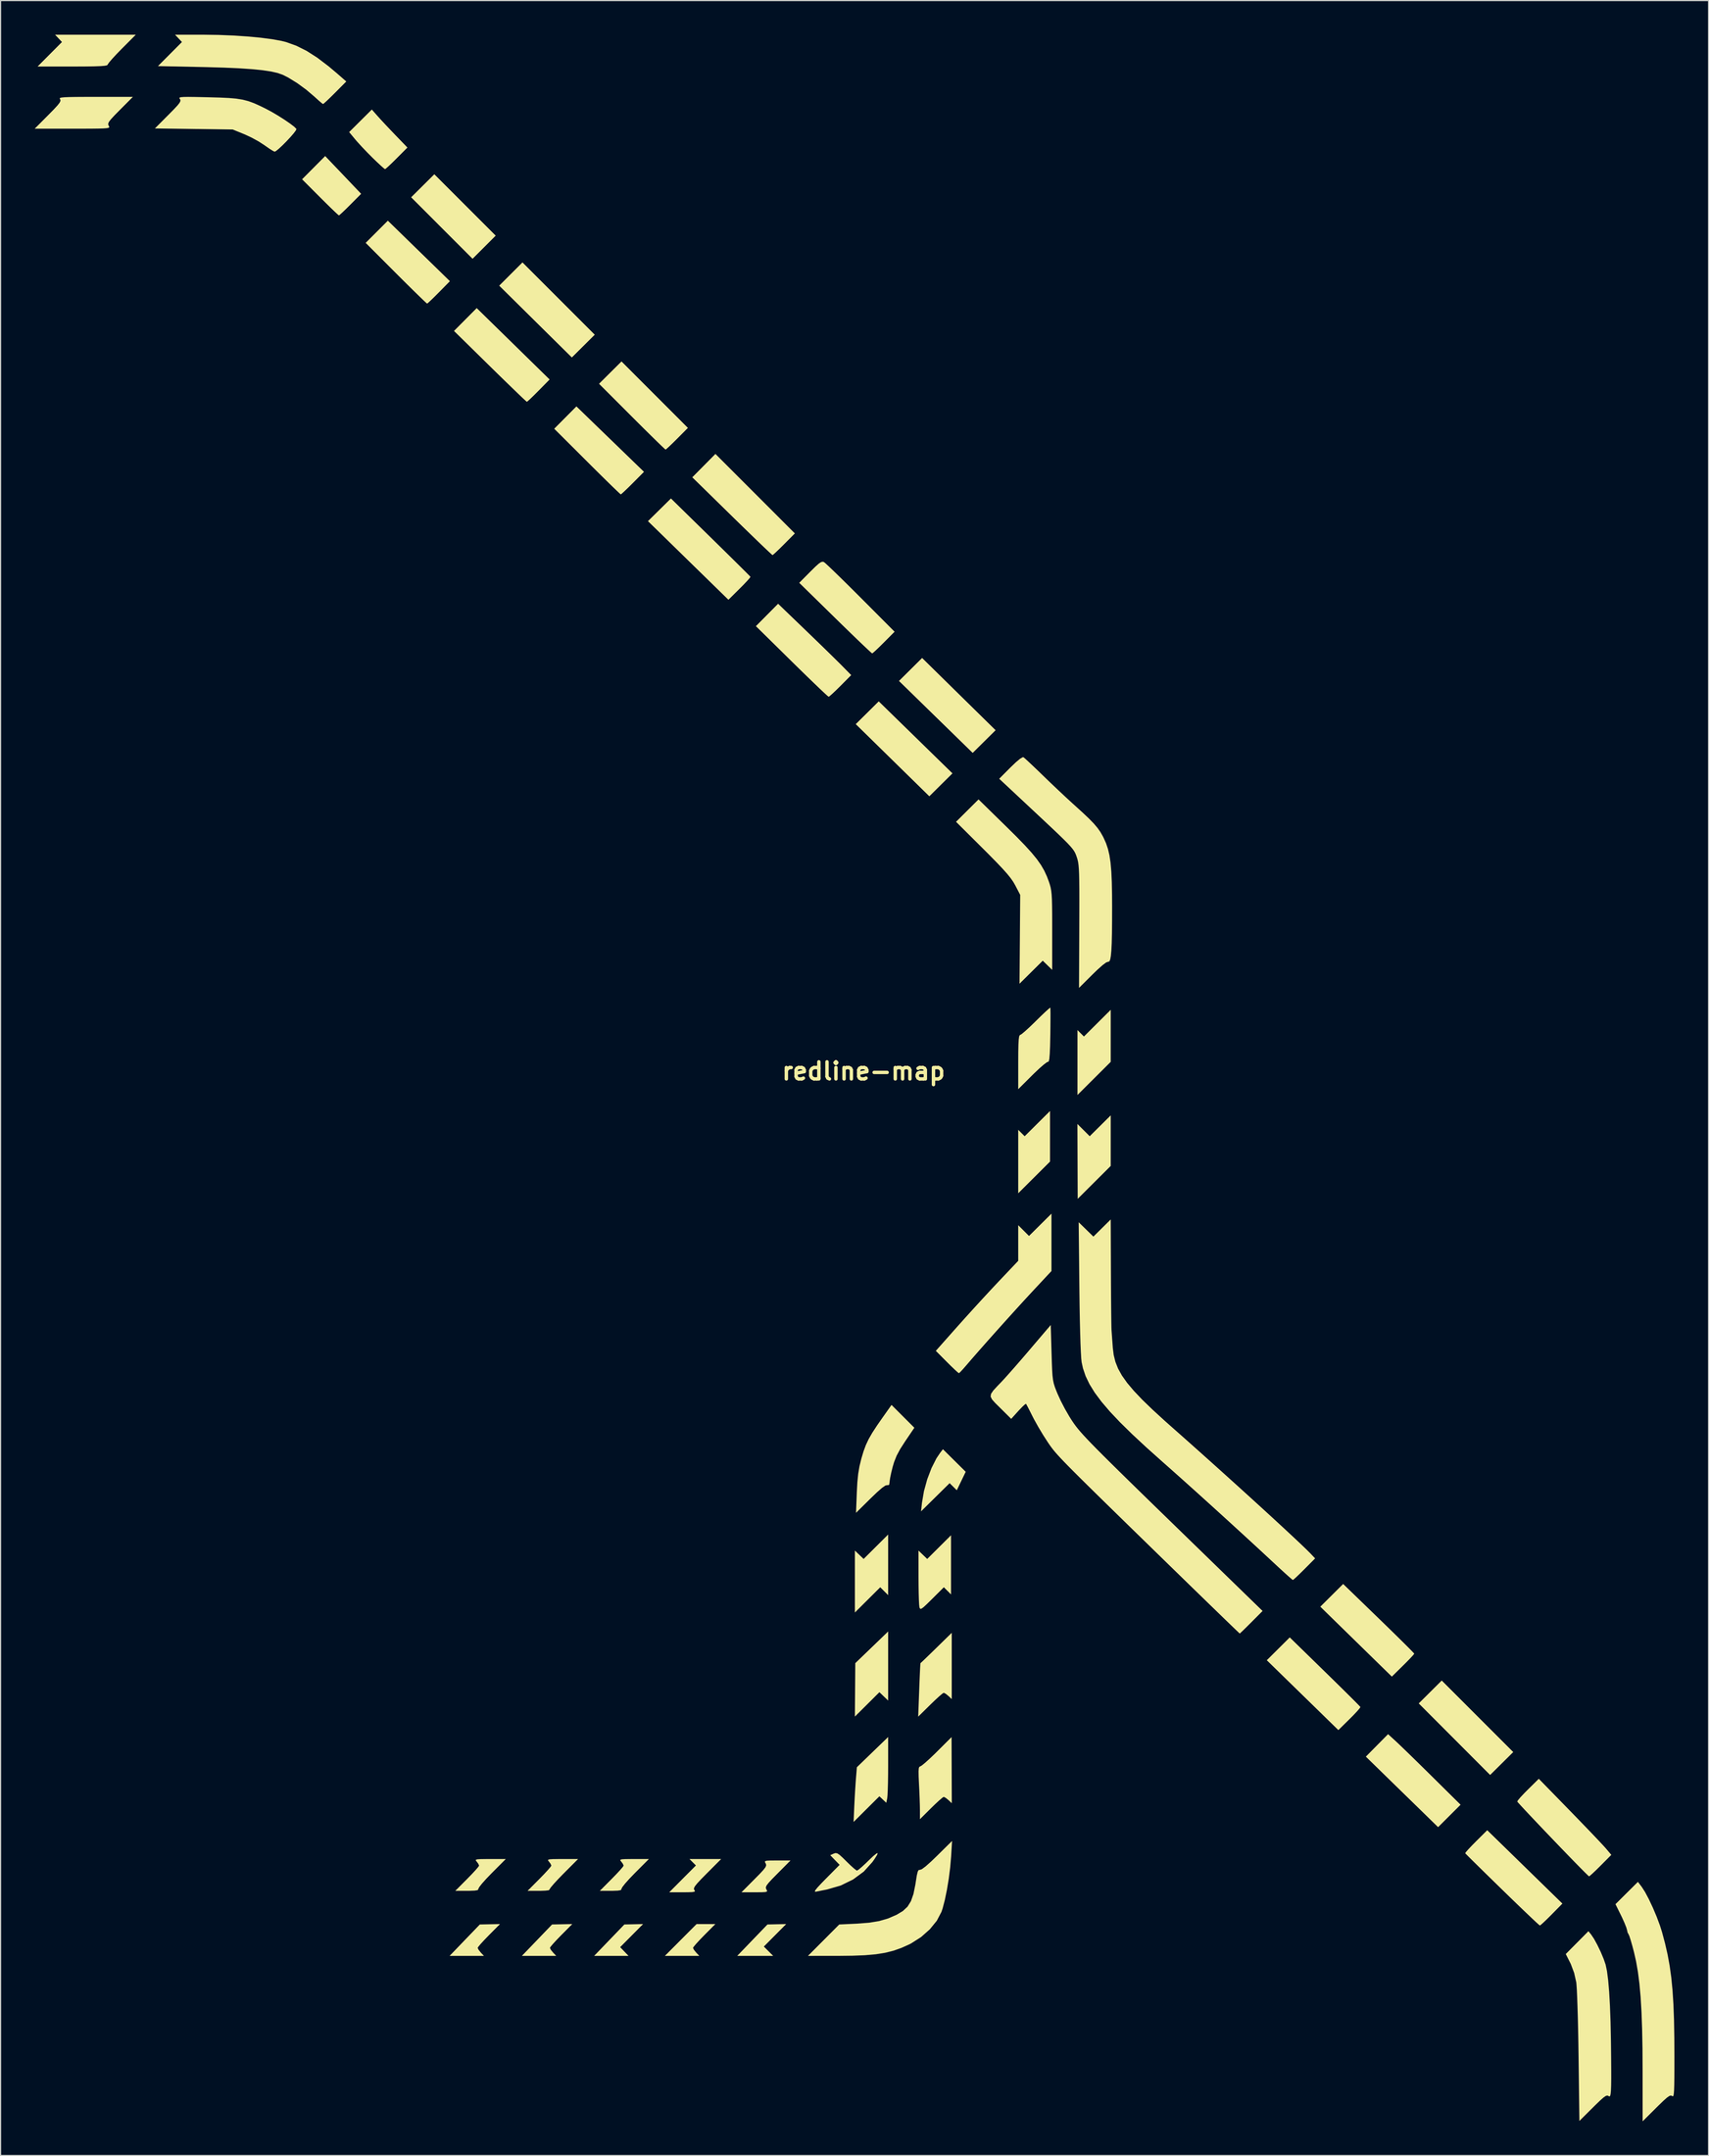
<source format=kicad_pcb>
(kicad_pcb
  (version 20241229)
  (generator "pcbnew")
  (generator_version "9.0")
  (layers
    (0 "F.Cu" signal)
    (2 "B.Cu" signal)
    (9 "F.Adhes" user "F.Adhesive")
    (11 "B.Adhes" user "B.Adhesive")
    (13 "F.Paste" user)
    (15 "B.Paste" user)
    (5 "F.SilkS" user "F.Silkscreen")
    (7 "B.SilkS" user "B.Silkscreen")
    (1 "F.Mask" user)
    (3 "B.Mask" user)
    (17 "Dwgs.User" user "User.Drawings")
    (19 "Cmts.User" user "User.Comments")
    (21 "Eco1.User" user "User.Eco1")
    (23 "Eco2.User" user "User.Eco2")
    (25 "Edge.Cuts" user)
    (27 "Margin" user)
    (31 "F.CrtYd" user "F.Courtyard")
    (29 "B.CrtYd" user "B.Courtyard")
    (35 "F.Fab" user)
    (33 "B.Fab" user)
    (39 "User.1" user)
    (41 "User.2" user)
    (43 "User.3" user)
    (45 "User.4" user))
  (footprint "redline-map"
    (layer "F.Cu")
    (at 72.829 91.059)
    (property "Reference" "redline-map" (at 0 0 0) (layer "F.SilkS") (effects (font (size 1.5 1.5) (thickness 0.3))))
    (attr board_only exclude_from_pos_files exclude_from_bom)
    (fp_poly (pts (xy -35.02 -76.103) (xy -32.323 -73.407) (xy -33.339 -72.39) (xy -34.356 -71.374) (xy -37.054 -74.075) (xy -39.753 -76.776) (xy -38.735 -77.788) (xy -37.716 -78.8)) (stroke (width 0) (type solid)) (fill yes) (layer "F.SilkS"))
    (fp_poly (pts (xy -26.795 -67.879) (xy -23.619 -64.703) (xy -24.626 -63.702) (xy -25.633 -62.702) (xy -28.824 -65.857) (xy -32.015 -69.012) (xy -30.993 -70.034) (xy -29.971 -71.055)) (stroke (width 0) (type solid)) (fill yes) (layer "F.SilkS"))
    (fp_poly (pts (xy 4.572 -29.328) (xy 7.811 -26.165) (xy 6.795 -25.158) (xy 5.779 -24.15) (xy 2.546 -27.32) (xy -0.687 -30.49) (xy 0.323 -31.49) (xy 1.333 -32.491)) (stroke (width 0) (type solid)) (fill yes) (layer "F.SilkS"))
    (fp_poly (pts (xy 8.373 -33.129) (xy 11.602 -29.956) (xy 10.595 -28.958) (xy 9.588 -27.961) (xy 6.35 -31.123) (xy 3.111 -34.284) (xy 4.128 -35.294) (xy 5.144 -36.303)) (stroke (width 0) (type solid)) (fill yes) (layer "F.SilkS"))
    (fp_poly (pts (xy 53.944 56.675) (xy 57.085 59.816) (xy 56.07 60.824) (xy 55.054 61.831) (xy 51.918 58.687) (xy 48.781 55.544) (xy 49.792 54.539) (xy 50.803 53.534)) (stroke (width 0) (type solid)) (fill yes) (layer "F.SilkS"))
    (fp_poly (pts (xy -20.381 75.943) (xy -21.388 76.957) (xy -21.021 77.34) (xy -20.653 77.724) (xy -22.163 77.724) (xy -23.673 77.724) (xy -22.346 76.344) (xy -21.018 74.965) (xy -20.196 74.947) (xy -19.373 74.93)) (stroke (width 0) (type solid)) (fill yes) (layer "F.SilkS"))
    (fp_poly (pts (xy -7.782 75.917) (xy -8.763 76.904) (xy -8.353 77.314) (xy -7.942 77.724) (xy -9.521 77.724) (xy -11.1 77.724) (xy -9.773 76.344) (xy -8.445 74.965) (xy -7.623 74.947) (xy -6.8 74.93)) (stroke (width 0) (type solid)) (fill yes) (layer "F.SilkS"))
    (fp_poly (pts (xy 2.159 52.259) (xy 2.159 55.293) (xy 1.775 54.925) (xy 1.392 54.557) (xy 0.315 55.629) (xy -0.762 56.7) (xy -0.744 54.353) (xy -0.727 52.007) (xy 0.716 50.616) (xy 2.159 49.225)) (stroke (width 0) (type solid)) (fill yes) (layer "F.SilkS"))
    (fp_poly (pts (xy 16.383 5.72) (xy 16.383 7.942) (xy 14.986 9.335) (xy 13.589 10.727) (xy 13.589 7.939) (xy 13.589 5.151) (xy 13.872 5.433) (xy 14.154 5.716) (xy 15.269 4.607) (xy 16.383 3.498)) (stroke (width 0) (type solid)) (fill yes) (layer "F.SilkS"))
    (fp_poly (pts (xy 21.717 -3.107) (xy 21.717 -0.821) (xy 20.256 0.635) (xy 18.796 2.091) (xy 18.796 -0.761) (xy 18.796 -3.612) (xy 19.079 -3.33) (xy 19.362 -3.047) (xy 20.539 -4.22) (xy 21.717 -5.392)) (stroke (width 0) (type solid)) (fill yes) (layer "F.SilkS"))
    (fp_poly (pts (xy 21.717 6.101) (xy 21.717 8.323) (xy 20.267 9.769) (xy 18.816 11.215) (xy 18.803 7.925) (xy 18.79 4.636) (xy 19.33 5.175) (xy 19.871 5.714) (xy 20.794 4.797) (xy 21.717 3.88)) (stroke (width 0) (type solid)) (fill yes) (layer "F.SilkS"))
    (fp_poly (pts (xy 2.159 43.37) (xy 2.159 46.032) (xy 1.812 45.685) (xy 1.466 45.339) (xy 0.352 46.447) (xy -0.762 47.556) (xy -0.762 44.836) (xy -0.762 42.116) (xy -0.378 42.484) (xy 0.005 42.852) (xy 1.082 41.78) (xy 2.159 40.709)) (stroke (width 0) (type solid)) (fill yes) (layer "F.SilkS"))
    (fp_poly (pts (xy 46.761 58.861) (xy 47.032 59.116) (xy 47.452 59.519) (xy 47.989 60.039) (xy 48.611 60.646) (xy 49.285 61.308) (xy 49.946 61.96) (xy 52.457 64.444) (xy 51.47 65.429) (xy 50.483 66.415) (xy 47.307 63.317) (xy 44.133 60.219) (xy 45.11 59.232) (xy 46.087 58.245)) (stroke (width 0) (type solid)) (fill yes) (layer "F.SilkS"))
    (fp_poly (pts (xy -32.928 75.917) (xy -33.325 76.327) (xy -33.645 76.676) (xy -33.851 76.923) (xy -33.909 77.02) (xy -33.83 77.186) (xy -33.638 77.425) (xy -33.633 77.43) (xy -33.357 77.724) (xy -34.865 77.724) (xy -36.373 77.724) (xy -35.046 76.344) (xy -33.718 74.965) (xy -32.832 74.947) (xy -31.946 74.93)) (stroke (width 0) (type solid)) (fill yes) (layer "F.SilkS"))
    (fp_poly (pts (xy -26.578 75.917) (xy -26.975 76.327) (xy -27.295 76.676) (xy -27.501 76.923) (xy -27.559 77.02) (xy -27.48 77.186) (xy -27.288 77.425) (xy -27.283 77.43) (xy -27.007 77.724) (xy -28.515 77.724) (xy -30.023 77.724) (xy -28.696 76.344) (xy -27.369 74.965) (xy -26.482 74.947) (xy -25.596 74.93)) (stroke (width 0) (type solid)) (fill yes) (layer "F.SilkS"))
    (fp_poly (pts (xy -14.005 75.917) (xy -14.402 76.327) (xy -14.722 76.676) (xy -14.928 76.923) (xy -14.986 77.02) (xy -14.907 77.186) (xy -14.715 77.425) (xy -14.71 77.43) (xy -14.434 77.724) (xy -15.946 77.724) (xy -17.458 77.724) (xy -16.066 76.327) (xy -14.673 74.93) (xy -13.848 74.93) (xy -13.023 74.93)) (stroke (width 0) (type solid)) (fill yes) (layer "F.SilkS"))
    (fp_poly (pts (xy 7.974 34.202) (xy 8.974 35.194) (xy 8.583 36.006) (xy 8.191 36.818) (xy 7.877 36.506) (xy 7.562 36.194) (xy 6.306 37.433) (xy 5.05 38.672) (xy 5.133 37.91) (xy 5.307 36.891) (xy 5.595 35.852) (xy 5.97 34.867) (xy 6.405 34.009) (xy 6.729 33.528) (xy 6.974 33.211)) (stroke (width 0) (type solid)) (fill yes) (layer "F.SilkS"))
    (fp_poly (pts (xy -39.074 -72.063) (xy -36.347 -69.406) (xy -37.316 -68.421) (xy -37.714 -68.022) (xy -38.046 -67.701) (xy -38.273 -67.494) (xy -38.352 -67.437) (xy -38.456 -67.523) (xy -38.715 -67.768) (xy -39.108 -68.148) (xy -39.613 -68.642) (xy -40.205 -69.227) (xy -40.863 -69.882) (xy -41.085 -70.104) (xy -43.749 -72.771) (xy -42.775 -73.746) (xy -41.8 -74.721)) (stroke (width 0) (type solid)) (fill yes) (layer "F.SilkS"))
    (fp_poly (pts (xy -30.789 -63.906) (xy -27.586 -60.77) (xy -28.554 -59.785) (xy -28.952 -59.387) (xy -29.283 -59.067) (xy -29.509 -58.863) (xy -29.588 -58.807) (xy -29.691 -58.895) (xy -29.954 -59.14) (xy -30.355 -59.523) (xy -30.874 -60.024) (xy -31.49 -60.622) (xy -32.182 -61.297) (xy -32.821 -61.924) (xy -35.988 -65.034) (xy -34.99 -66.038) (xy -33.992 -67.042)) (stroke (width 0) (type solid)) (fill yes) (layer "F.SilkS"))
    (fp_poly (pts (xy -22.263 -55.531) (xy -19.294 -52.657) (xy -20.28 -51.665) (xy -20.683 -51.265) (xy -21.02 -50.943) (xy -21.25 -50.734) (xy -21.333 -50.674) (xy -21.436 -50.76) (xy -21.696 -51.006) (xy -22.092 -51.388) (xy -22.602 -51.887) (xy -23.204 -52.48) (xy -23.877 -53.147) (xy -24.29 -53.559) (xy -27.181 -56.443) (xy -26.206 -57.424) (xy -25.231 -58.404)) (stroke (width 0) (type solid)) (fill yes) (layer "F.SilkS"))
    (fp_poly (pts (xy -18.352 -59.436) (xy -15.435 -56.517) (xy -16.382 -55.564) (xy -16.777 -55.172) (xy -17.105 -54.859) (xy -17.325 -54.66) (xy -17.397 -54.61) (xy -17.5 -54.697) (xy -17.76 -54.942) (xy -18.156 -55.325) (xy -18.665 -55.824) (xy -19.267 -56.418) (xy -19.938 -57.086) (xy -20.354 -57.501) (xy -23.243 -60.392) (xy -22.256 -61.374) (xy -21.269 -62.355)) (stroke (width 0) (type solid)) (fill yes) (layer "F.SilkS"))
    (fp_poly (pts (xy 40.536 52.758) (xy 41.267 53.473) (xy 41.939 54.133) (xy 42.529 54.716) (xy 43.017 55.201) (xy 43.381 55.568) (xy 43.6 55.794) (xy 43.657 55.86) (xy 43.585 55.979) (xy 43.366 56.234) (xy 43.035 56.586) (xy 42.704 56.919) (xy 41.719 57.889) (xy 38.575 54.819) (xy 35.43 51.75) (xy 36.439 50.747) (xy 37.448 49.744)) (stroke (width 0) (type solid)) (fill yes) (layer "F.SilkS"))
    (fp_poly (pts (xy 45.264 48.075) (xy 45.999 48.789) (xy 46.673 49.447) (xy 47.264 50.029) (xy 47.751 50.513) (xy 48.114 50.879) (xy 48.332 51.107) (xy 48.387 51.174) (xy 48.302 51.289) (xy 48.072 51.541) (xy 47.733 51.89) (xy 47.403 52.22) (xy 46.419 53.19) (xy 43.276 50.118) (xy 40.134 47.045) (xy 41.137 46.048) (xy 42.14 45.051)) (stroke (width 0) (type solid)) (fill yes) (layer "F.SilkS"))
    (fp_poly (pts (xy -13.447 -46.909) (xy -12.671 -46.147) (xy -11.953 -45.441) (xy -11.314 -44.811) (xy -10.774 -44.276) (xy -10.351 -43.856) (xy -10.067 -43.571) (xy -9.941 -43.439) (xy -9.937 -43.434) (xy -10.008 -43.323) (xy -10.227 -43.074) (xy -10.556 -42.727) (xy -10.89 -42.391) (xy -11.874 -41.415) (xy -15.409 -44.869) (xy -18.944 -48.324) (xy -17.934 -49.32) (xy -16.925 -50.316)) (stroke (width 0) (type solid)) (fill yes) (layer "F.SilkS"))
    (fp_poly (pts (xy -9.526 -50.738) (xy -6.037 -47.246) (xy -6.984 -46.293) (xy -7.379 -45.901) (xy -7.707 -45.588) (xy -7.929 -45.389) (xy -8.001 -45.339) (xy -8.104 -45.425) (xy -8.368 -45.67) (xy -8.773 -46.054) (xy -9.299 -46.559) (xy -9.926 -47.165) (xy -10.634 -47.853) (xy -11.403 -48.603) (xy -11.56 -48.757) (xy -15.05 -52.176) (xy -14.033 -53.202) (xy -13.016 -54.229)) (stroke (width 0) (type solid)) (fill yes) (layer "F.SilkS"))
    (fp_poly (pts (xy -46.607 -79.664) (xy -46.188 -79.225) (xy -45.683 -78.696) (xy -45.181 -78.169) (xy -45.026 -78.006) (xy -44.147 -77.081) (xy -45.089 -76.133) (xy -45.483 -75.742) (xy -45.81 -75.43) (xy -46.029 -75.233) (xy -46.1 -75.184) (xy -46.207 -75.27) (xy -46.463 -75.507) (xy -46.838 -75.867) (xy -47.3 -76.322) (xy -47.751 -76.771) (xy -49.335 -78.358) (xy -48.321 -79.378) (xy -47.307 -80.398)) (stroke (width 0) (type solid)) (fill yes) (layer "F.SilkS"))
    (fp_poly (pts (xy -13.772 70.477) (xy -14.274 70.987) (xy -14.614 71.353) (xy -14.816 71.605) (xy -14.902 71.774) (xy -14.896 71.89) (xy -14.865 71.938) (xy -14.813 72.03) (xy -14.868 72.089) (xy -15.069 72.121) (xy -15.457 72.134) (xy -15.889 72.136) (xy -17.076 72.136) (xy -15.904 70.958) (xy -14.731 69.781) (xy -15.014 69.498) (xy -15.296 69.215) (xy -13.905 69.215) (xy -12.514 69.215)) (stroke (width 0) (type solid)) (fill yes) (layer "F.SilkS"))
    (fp_poly (pts (xy -65.185 -89.818) (xy -65.635 -89.356) (xy -66.012 -88.948) (xy -66.283 -88.632) (xy -66.414 -88.446) (xy -66.421 -88.421) (xy -66.481 -88.37) (xy -66.677 -88.33) (xy -67.031 -88.301) (xy -67.566 -88.281) (xy -68.305 -88.269) (xy -69.271 -88.265) (xy -69.498 -88.265) (xy -72.575 -88.265) (xy -71.505 -89.341) (xy -70.434 -90.417) (xy -70.736 -90.738) (xy -71.037 -91.059) (xy -67.493 -91.059) (xy -63.949 -91.059)) (stroke (width 0) (type solid)) (fill yes) (layer "F.SilkS"))
    (fp_poly (pts (xy 2.159 60.982) (xy 2.155 61.779) (xy 2.144 62.513) (xy 2.126 63.137) (xy 2.105 63.603) (xy 2.08 63.865) (xy 2.078 63.871) (xy 1.998 64.274) (xy 1.694 63.989) (xy 1.39 63.703) (xy 0.256 64.831) (xy -0.877 65.96) (xy -0.815 64.571) (xy -0.78 63.862) (xy -0.736 63.114) (xy -0.692 62.444) (xy -0.671 62.166) (xy -0.588 61.151) (xy 0.785 59.823) (xy 2.159 58.496)) (stroke (width 0) (type solid)) (fill yes) (layer "F.SilkS"))
    (fp_poly (pts (xy 7.684 43.37) (xy 7.684 45.968) (xy 7.369 45.653) (xy 7.054 45.339) (xy 6.021 46.366) (xy 5.577 46.803) (xy 5.278 47.08) (xy 5.092 47.218) (xy 4.987 47.238) (xy 4.929 47.161) (xy 4.909 47.097) (xy 4.883 46.878) (xy 4.861 46.451) (xy 4.843 45.864) (xy 4.832 45.163) (xy 4.828 44.458) (xy 4.826 42.116) (xy 5.21 42.484) (xy 5.593 42.852) (xy 6.638 41.812) (xy 7.684 40.772)) (stroke (width 0) (type solid)) (fill yes) (layer "F.SilkS"))
    (fp_poly (pts (xy -42.719 -83.931) (xy -42.43 -83.611) (xy -42.022 -83.172) (xy -41.553 -82.676) (xy -41.156 -82.261) (xy -40.08 -81.147) (xy -41.024 -80.198) (xy -41.419 -79.807) (xy -41.749 -79.494) (xy -41.973 -79.297) (xy -42.047 -79.248) (xy -42.165 -79.332) (xy -42.422 -79.559) (xy -42.779 -79.892) (xy -43.131 -80.232) (xy -43.611 -80.715) (xy -44.086 -81.213) (xy -44.488 -81.654) (xy -44.666 -81.861) (xy -45.199 -82.506) (xy -44.203 -83.496) (xy -43.207 -84.486)) (stroke (width 0) (type solid)) (fill yes) (layer "F.SilkS"))
    (fp_poly (pts (xy -5.12 -38.767) (xy -4.422 -38.094) (xy -3.736 -37.43) (xy -3.1 -36.809) (xy -2.548 -36.268) (xy -2.118 -35.843) (xy -1.908 -35.633) (xy -1.086 -34.798) (xy -2.032 -33.845) (xy -2.429 -33.454) (xy -2.763 -33.14) (xy -2.991 -32.942) (xy -3.069 -32.893) (xy -3.178 -32.979) (xy -3.445 -33.224) (xy -3.851 -33.606) (xy -4.373 -34.107) (xy -4.991 -34.705) (xy -5.683 -35.38) (xy -6.311 -35.996) (xy -9.461 -39.099) (xy -8.485 -40.083) (xy -7.509 -41.066)) (stroke (width 0) (type solid)) (fill yes) (layer "F.SilkS"))
    (fp_poly (pts (xy 7.747 52.253) (xy 7.747 55.162) (xy 7.453 54.886) (xy 7.214 54.693) (xy 7.045 54.61) (xy 7.043 54.61) (xy 6.912 54.694) (xy 6.642 54.924) (xy 6.273 55.263) (xy 5.863 55.658) (xy 4.8 56.706) (xy 4.888 54.356) (xy 4.916 53.615) (xy 4.944 52.971) (xy 4.968 52.461) (xy 4.988 52.127) (xy 5 52.007) (xy 5.094 51.923) (xy 5.338 51.692) (xy 5.698 51.344) (xy 6.144 50.911) (xy 6.386 50.675) (xy 7.747 49.344)) (stroke (width 0) (type solid)) (fill yes) (layer "F.SilkS"))
    (fp_poly (pts (xy -32.689 70.471) (xy -33.157 70.957) (xy -33.526 71.37) (xy -33.768 71.679) (xy -33.857 71.852) (xy -33.854 71.868) (xy -33.9 71.944) (xy -34.16 71.989) (xy -34.653 72.008) (xy -34.819 72.009) (xy -35.872 72.009) (xy -34.827 70.959) (xy -34.416 70.536) (xy -34.081 70.174) (xy -33.858 69.913) (xy -33.782 69.794) (xy -33.859 69.62) (xy -33.992 69.447) (xy -34.072 69.346) (xy -34.066 69.279) (xy -33.937 69.24) (xy -33.647 69.221) (xy -33.16 69.215) (xy -32.82 69.215) (xy -31.437 69.215)) (stroke (width 0) (type solid)) (fill yes) (layer "F.SilkS"))
    (fp_poly (pts (xy -26.391 70.523) (xy -26.845 70.991) (xy -27.218 71.397) (xy -27.481 71.708) (xy -27.603 71.89) (xy -27.606 71.92) (xy -27.679 71.961) (xy -27.953 71.992) (xy -28.374 72.008) (xy -28.519 72.009) (xy -29.522 72.009) (xy -28.477 70.959) (xy -28.066 70.536) (xy -27.731 70.174) (xy -27.508 69.913) (xy -27.432 69.794) (xy -27.509 69.62) (xy -27.642 69.447) (xy -27.722 69.346) (xy -27.716 69.279) (xy -27.587 69.24) (xy -27.297 69.221) (xy -26.81 69.215) (xy -26.47 69.215) (xy -25.087 69.215)) (stroke (width 0) (type solid)) (fill yes) (layer "F.SilkS"))
    (fp_poly (pts (xy -20.116 70.471) (xy -20.584 70.957) (xy -20.953 71.37) (xy -21.195 71.679) (xy -21.284 71.852) (xy -21.281 71.868) (xy -21.326 71.945) (xy -21.589 71.991) (xy -22.086 72.009) (xy -22.183 72.009) (xy -23.172 72.009) (xy -22.127 70.959) (xy -21.716 70.536) (xy -21.381 70.174) (xy -21.158 69.913) (xy -21.082 69.794) (xy -21.159 69.62) (xy -21.292 69.447) (xy -21.373 69.344) (xy -21.366 69.277) (xy -21.233 69.238) (xy -20.937 69.22) (xy -20.438 69.215) (xy -20.183 69.215) (xy -18.864 69.215)) (stroke (width 0) (type solid)) (fill yes) (layer "F.SilkS"))
    (fp_poly (pts (xy 58.102 69.906) (xy 61.404 73.129) (xy 60.455 74.093) (xy 60.059 74.488) (xy 59.728 74.804) (xy 59.502 75.005) (xy 59.425 75.057) (xy 59.319 74.971) (xy 59.052 74.728) (xy 58.646 74.347) (xy 58.121 73.848) (xy 57.5 73.251) (xy 56.802 72.577) (xy 56.12 71.914) (xy 55.372 71.184) (xy 54.684 70.511) (xy 54.077 69.914) (xy 53.57 69.415) (xy 53.185 69.033) (xy 52.942 68.789) (xy 52.863 68.705) (xy 52.934 68.594) (xy 53.152 68.346) (xy 53.482 67.999) (xy 53.816 67.661) (xy 54.8 66.684)) (stroke (width 0) (type solid)) (fill yes) (layer "F.SilkS"))
    (fp_poly (pts (xy -3.478 -44.726) (xy -3.333 -44.606) (xy -3.033 -44.328) (xy -2.599 -43.914) (xy -2.057 -43.387) (xy -1.427 -42.768) (xy -0.733 -42.079) (xy -0.256 -41.602) (xy 2.726 -38.61) (xy 1.779 -37.657) (xy 1.383 -37.265) (xy 1.053 -36.951) (xy 0.829 -36.753) (xy 0.755 -36.703) (xy 0.65 -36.789) (xy 0.384 -37.033) (xy -0.02 -37.414) (xy -0.541 -37.913) (xy -1.159 -38.51) (xy -1.852 -39.183) (xy -2.487 -39.804) (xy -5.652 -42.906) (xy -4.684 -43.882) (xy -4.244 -44.317) (xy -3.938 -44.591) (xy -3.728 -44.73) (xy -3.577 -44.76)) (stroke (width 0) (type solid)) (fill yes) (layer "F.SilkS"))
    (fp_poly (pts (xy 7.742 61.407) (xy 7.752 64.311) (xy 7.456 64.033) (xy 7.216 63.838) (xy 7.046 63.754) (xy 7.043 63.754) (xy 6.911 63.839) (xy 6.643 64.068) (xy 6.28 64.404) (xy 5.94 64.735) (xy 4.953 65.717) (xy 4.953 64.946) (xy 4.946 64.501) (xy 4.926 63.889) (xy 4.898 63.198) (xy 4.87 62.631) (xy 4.839 61.967) (xy 4.832 61.519) (xy 4.85 61.248) (xy 4.898 61.117) (xy 4.963 61.087) (xy 5.112 61.001) (xy 5.401 60.766) (xy 5.793 60.413) (xy 6.253 59.976) (xy 6.435 59.795) (xy 7.732 58.503)) (stroke (width 0) (type solid)) (fill yes) (layer "F.SilkS"))
    (fp_poly (pts (xy -7.557 70.486) (xy -8.028 70.964) (xy -8.34 71.301) (xy -8.518 71.532) (xy -8.587 71.693) (xy -8.572 71.818) (xy -8.538 71.883) (xy -8.476 72.001) (xy -8.497 72.076) (xy -8.642 72.116) (xy -8.954 72.133) (xy -9.472 72.136) (xy -9.553 72.136) (xy -10.726 72.136) (xy -9.588 70.992) (xy -9.117 70.514) (xy -8.805 70.177) (xy -8.627 69.946) (xy -8.558 69.785) (xy -8.573 69.66) (xy -8.607 69.595) (xy -8.669 69.477) (xy -8.648 69.402) (xy -8.503 69.362) (xy -8.191 69.345) (xy -7.673 69.342) (xy -7.592 69.342) (xy -6.419 69.342)) (stroke (width 0) (type solid)) (fill yes) (layer "F.SilkS"))
    (fp_poly (pts (xy 3.46 30.322) (xy 4.463 31.326) (xy 3.65 32.525) (xy 3.214 33.203) (xy 2.906 33.779) (xy 2.684 34.339) (xy 2.562 34.746) (xy 2.432 35.267) (xy 2.335 35.732) (xy 2.288 36.057) (xy 2.286 36.104) (xy 2.249 36.342) (xy 2.118 36.375) (xy 2.084 36.364) (xy 1.919 36.402) (xy 1.625 36.606) (xy 1.192 36.984) (xy 0.61 37.542) (xy -0.662 38.798) (xy -0.594 37.02) (xy -0.546 36.114) (xy -0.472 35.375) (xy -0.361 34.719) (xy -0.2 34.06) (xy -0.194 34.036) (xy -0.005 33.402) (xy 0.198 32.852) (xy 0.445 32.326) (xy 0.766 31.767) (xy 1.191 31.117) (xy 1.641 30.471) (xy 2.457 29.319)) (stroke (width 0) (type solid)) (fill yes) (layer "F.SilkS"))
    (fp_poly (pts (xy -65.342 -84.454) (xy -65.813 -83.976) (xy -66.125 -83.639) (xy -66.303 -83.408) (xy -66.372 -83.247) (xy -66.357 -83.122) (xy -66.323 -83.057) (xy -66.281 -82.981) (xy -66.282 -82.922) (xy -66.352 -82.877) (xy -66.518 -82.846) (xy -66.809 -82.825) (xy -67.25 -82.813) (xy -67.869 -82.806) (xy -68.695 -82.804) (xy -69.497 -82.804) (xy -72.829 -82.804) (xy -71.635 -84.003) (xy -71.149 -84.498) (xy -70.823 -84.851) (xy -70.636 -85.092) (xy -70.563 -85.253) (xy -70.582 -85.366) (xy -70.606 -85.4) (xy -70.636 -85.46) (xy -70.595 -85.507) (xy -70.458 -85.542) (xy -70.198 -85.567) (xy -69.787 -85.583) (xy -69.2 -85.593) (xy -68.41 -85.597) (xy -67.487 -85.598) (xy -64.204 -85.598)) (stroke (width 0) (type solid)) (fill yes) (layer "F.SilkS"))
    (fp_poly (pts (xy 16.51 15.036) (xy 16.51 17.557) (xy 14.827 19.361) (xy 14.16 20.082) (xy 13.396 20.919) (xy 12.574 21.827) (xy 11.733 22.764) (xy 10.912 23.685) (xy 10.151 24.546) (xy 9.487 25.305) (xy 9.004 25.867) (xy 8.714 26.198) (xy 8.49 26.438) (xy 8.379 26.534) (xy 8.379 26.534) (xy 8.268 26.453) (xy 8.019 26.227) (xy 7.67 25.892) (xy 7.331 25.556) (xy 6.35 24.569) (xy 8.206 22.476) (xy 8.901 21.699) (xy 9.684 20.835) (xy 10.49 19.955) (xy 11.252 19.133) (xy 11.825 18.522) (xy 13.589 16.661) (xy 13.589 15.095) (xy 13.589 13.53) (xy 14.063 14.004) (xy 14.537 14.477) (xy 15.523 13.496) (xy 16.51 12.515)) (stroke (width 0) (type solid)) (fill yes) (layer "F.SilkS"))
    (fp_poly (pts (xy 62.056 64.96) (xy 62.759 65.684) (xy 63.426 66.375) (xy 64.03 67.004) (xy 64.544 67.545) (xy 64.941 67.969) (xy 65.196 68.249) (xy 65.241 68.302) (xy 65.702 68.849) (xy 64.763 69.794) (xy 64.369 70.184) (xy 64.04 70.495) (xy 63.819 70.691) (xy 63.747 70.739) (xy 63.644 70.65) (xy 63.387 70.399) (xy 62.995 70.005) (xy 62.489 69.489) (xy 61.89 68.872) (xy 61.217 68.175) (xy 60.569 67.5) (xy 59.848 66.746) (xy 59.185 66.048) (xy 58.599 65.429) (xy 58.111 64.909) (xy 57.741 64.51) (xy 57.509 64.255) (xy 57.435 64.164) (xy 57.507 64.041) (xy 57.725 63.782) (xy 58.056 63.43) (xy 58.367 63.117) (xy 59.331 62.166)) (stroke (width 0) (type solid)) (fill yes) (layer "F.SilkS"))
    (fp_poly (pts (xy 16.42 -5.443) (xy 16.425 -5.09) (xy 16.424 -4.565) (xy 16.419 -3.907) (xy 16.41 -3.157) (xy 16.409 -3.139) (xy 16.389 -2.212) (xy 16.36 -1.53) (xy 16.323 -1.083) (xy 16.275 -0.862) (xy 16.237 -0.837) (xy 16.103 -0.783) (xy 15.829 -0.576) (xy 15.45 -0.246) (xy 15.003 0.176) (xy 14.845 0.331) (xy 13.589 1.583) (xy 13.589 -0.796) (xy 13.593 -1.679) (xy 13.607 -2.332) (xy 13.632 -2.781) (xy 13.67 -3.051) (xy 13.722 -3.166) (xy 13.745 -3.175) (xy 13.888 -3.26) (xy 14.171 -3.495) (xy 14.556 -3.844) (xy 15.007 -4.277) (xy 15.138 -4.407) (xy 15.589 -4.849) (xy 15.971 -5.212) (xy 16.252 -5.466) (xy 16.398 -5.58) (xy 16.411 -5.582)) (stroke (width 0) (type solid)) (fill yes) (layer "F.SilkS"))
    (fp_poly (pts (xy -2.305 68.718) (xy -2.101 68.855) (xy -1.803 69.128) (xy -1.513 69.416) (xy -1.142 69.777) (xy -0.83 70.056) (xy -0.624 70.212) (xy -0.578 70.231) (xy -0.438 70.147) (xy -0.167 69.92) (xy 0.19 69.591) (xy 0.41 69.377) (xy 0.849 68.957) (xy 1.127 68.73) (xy 1.242 68.693) (xy 1.192 68.848) (xy 0.976 69.194) (xy 0.775 69.48) (xy 0.023 70.314) (xy -0.917 71.009) (xy -2.005 71.542) (xy -3.203 71.888) (xy -3.208 71.89) (xy -3.655 71.978) (xy -4.047 72.057) (xy -4.191 72.086) (xy -4.283 72.074) (xy -4.246 71.963) (xy -4.065 71.734) (xy -3.725 71.367) (xy -3.307 70.939) (xy -2.105 69.727) (xy -2.517 69.303) (xy -2.928 68.878) (xy -2.625 68.74) (xy -2.464 68.689)) (stroke (width 0) (type solid)) (fill yes) (layer "F.SilkS"))
    (fp_poly (pts (xy 12.536 -21.495) (xy 13.439 -20.601) (xy 14.173 -19.845) (xy 14.761 -19.198) (xy 15.227 -18.63) (xy 15.592 -18.112) (xy 15.879 -17.615) (xy 16.112 -17.109) (xy 16.28 -16.661) (xy 16.368 -16.395) (xy 16.436 -16.142) (xy 16.487 -15.867) (xy 16.524 -15.534) (xy 16.549 -15.108) (xy 16.563 -14.552) (xy 16.571 -13.831) (xy 16.573 -12.911) (xy 16.573 -12.357) (xy 16.573 -8.902) (xy 16.159 -9.304) (xy 15.744 -9.706) (xy 14.723 -8.695) (xy 13.703 -7.684) (xy 13.733 -11.586) (xy 13.763 -15.489) (xy 13.327 -16.328) (xy 13.151 -16.634) (xy 12.924 -16.96) (xy 12.622 -17.335) (xy 12.222 -17.784) (xy 11.699 -18.335) (xy 11.031 -19.016) (xy 10.508 -19.539) (xy 8.125 -21.91) (xy 9.113 -22.893) (xy 10.102 -23.876)) (stroke (width 0) (type solid)) (fill yes) (layer "F.SilkS"))
    (fp_poly (pts (xy -56.692 -91.041) (xy -55.384 -90.989) (xy -54.133 -90.906) (xy -52.981 -90.798) (xy -51.971 -90.666) (xy -51.146 -90.516) (xy -50.736 -90.413) (xy -49.84 -90.09) (xy -48.943 -89.642) (xy -48.008 -89.045) (xy -46.997 -88.276) (xy -46.253 -87.649) (xy -45.452 -86.951) (xy -46.44 -85.957) (xy -46.844 -85.557) (xy -47.18 -85.235) (xy -47.411 -85.028) (xy -47.495 -84.968) (xy -47.614 -85.051) (xy -47.865 -85.265) (xy -48.197 -85.566) (xy -48.242 -85.608) (xy -48.976 -86.233) (xy -49.776 -86.816) (xy -50.559 -87.298) (xy -51.032 -87.536) (xy -51.476 -87.692) (xy -52.061 -87.826) (xy -52.805 -87.938) (xy -53.726 -88.031) (xy -54.843 -88.107) (xy -56.173 -88.166) (xy -57.734 -88.212) (xy -58.146 -88.221) (xy -61.999 -88.3) (xy -60.946 -89.359) (xy -59.893 -90.417) (xy -60.195 -90.738) (xy -60.496 -91.059) (xy -58.015 -91.059)) (stroke (width 0) (type solid)) (fill yes) (layer "F.SilkS"))
    (fp_poly (pts (xy 7.694 68.993) (xy 7.613 69.944) (xy 7.486 70.943) (xy 7.324 71.922) (xy 7.14 72.816) (xy 6.946 73.557) (xy 6.844 73.858) (xy 6.436 74.636) (xy 5.823 75.389) (xy 5.051 76.071) (xy 4.169 76.633) (xy 4.016 76.711) (xy 3.322 77.023) (xy 2.63 77.268) (xy 1.896 77.452) (xy 1.077 77.582) (xy 0.13 77.666) (xy -0.987 77.71) (xy -2.157 77.722) (xy -4.885 77.724) (xy -3.51 76.345) (xy -2.136 74.966) (xy -0.592 74.893) (xy 0.478 74.811) (xy 1.367 74.666) (xy 2.145 74.441) (xy 2.883 74.122) (xy 2.921 74.103) (xy 3.458 73.779) (xy 3.863 73.399) (xy 4.162 72.918) (xy 4.383 72.288) (xy 4.551 71.463) (xy 4.592 71.199) (xy 4.678 70.659) (xy 4.756 70.333) (xy 4.838 70.182) (xy 4.938 70.168) (xy 4.94 70.169) (xy 5.117 70.11) (xy 5.453 69.861) (xy 5.94 69.428) (xy 6.452 68.935) (xy 7.776 67.627)) (stroke (width 0) (type solid)) (fill yes) (layer "F.SilkS"))
    (fp_poly (pts (xy 63.927 75.846) (xy 64.181 76.224) (xy 64.475 76.761) (xy 64.771 77.376) (xy 65.028 77.989) (xy 65.202 78.494) (xy 65.32 79.055) (xy 65.424 79.855) (xy 65.512 80.877) (xy 65.582 82.108) (xy 65.635 83.531) (xy 65.668 85.131) (xy 65.673 85.471) (xy 65.686 86.702) (xy 65.693 87.702) (xy 65.694 88.491) (xy 65.687 89.094) (xy 65.671 89.53) (xy 65.646 89.824) (xy 65.61 89.996) (xy 65.562 90.069) (xy 65.501 90.065) (xy 65.461 90.037) (xy 65.357 89.991) (xy 65.216 90.029) (xy 65.006 90.174) (xy 64.696 90.45) (xy 64.253 90.879) (xy 64.081 91.05) (xy 62.898 92.227) (xy 62.826 86.595) (xy 62.808 85.385) (xy 62.786 84.221) (xy 62.76 83.137) (xy 62.731 82.162) (xy 62.701 81.328) (xy 62.671 80.666) (xy 62.64 80.209) (xy 62.623 80.046) (xy 62.437 79.222) (xy 62.142 78.438) (xy 62.096 78.345) (xy 61.7 77.561) (xy 62.695 76.559) (xy 63.691 75.556)) (stroke (width 0) (type solid)) (fill yes) (layer "F.SilkS"))
    (fp_poly (pts (xy -58.759 -85.591) (xy -57.965 -85.575) (xy -57.591 -85.566) (xy -56.573 -85.538) (xy -55.761 -85.5) (xy -55.103 -85.441) (xy -54.551 -85.352) (xy -54.055 -85.223) (xy -53.566 -85.045) (xy -53.034 -84.806) (xy -52.515 -84.551) (xy -51.992 -84.27) (xy -51.431 -83.939) (xy -50.884 -83.591) (xy -50.402 -83.261) (xy -50.037 -82.983) (xy -49.84 -82.79) (xy -49.833 -82.781) (xy -49.885 -82.647) (xy -50.08 -82.388) (xy -50.373 -82.05) (xy -50.721 -81.679) (xy -51.078 -81.321) (xy -51.4 -81.023) (xy -51.643 -80.83) (xy -51.749 -80.783) (xy -51.909 -80.858) (xy -52.21 -81.048) (xy -52.591 -81.314) (xy -52.642 -81.351) (xy -53.148 -81.679) (xy -53.768 -82.019) (xy -54.374 -82.302) (xy -54.419 -82.321) (xy -55.435 -82.733) (xy -58.851 -82.779) (xy -62.267 -82.826) (xy -61.084 -84.014) (xy -60.603 -84.503) (xy -60.281 -84.848) (xy -60.096 -85.084) (xy -60.023 -85.243) (xy -60.038 -85.357) (xy -60.077 -85.415) (xy -60.121 -85.485) (xy -60.098 -85.537) (xy -59.98 -85.572) (xy -59.737 -85.591) (xy -59.34 -85.597)) (stroke (width 0) (type solid)) (fill yes) (layer "F.SilkS"))
    (fp_poly (pts (xy 68.37 71.655) (xy 68.664 72.11) (xy 69.001 72.744) (xy 69.352 73.49) (xy 69.687 74.283) (xy 69.976 75.058) (xy 70.157 75.629) (xy 70.424 76.626) (xy 70.647 77.601) (xy 70.828 78.588) (xy 70.972 79.623) (xy 71.081 80.739) (xy 71.16 81.972) (xy 71.212 83.358) (xy 71.239 84.93) (xy 71.247 86.558) (xy 71.246 87.617) (xy 71.242 88.448) (xy 71.233 89.075) (xy 71.218 89.525) (xy 71.196 89.822) (xy 71.165 89.992) (xy 71.123 90.06) (xy 71.07 90.052) (xy 71.049 90.037) (xy 70.946 89.991) (xy 70.805 90.029) (xy 70.596 90.174) (xy 70.287 90.448) (xy 69.845 90.875) (xy 69.652 91.066) (xy 68.453 92.26) (xy 68.451 87.818) (xy 68.441 85.879) (xy 68.409 84.17) (xy 68.355 82.665) (xy 68.277 81.34) (xy 68.172 80.171) (xy 68.04 79.134) (xy 67.878 78.204) (xy 67.7 77.416) (xy 67.545 76.829) (xy 67.403 76.335) (xy 67.29 75.985) (xy 67.22 75.83) (xy 67.218 75.828) (xy 67.127 75.656) (xy 67.09 75.472) (xy 67.021 75.233) (xy 66.865 74.839) (xy 66.65 74.362) (xy 66.564 74.185) (xy 66.068 73.181) (xy 67.054 72.201) (xy 68.04 71.222)) (stroke (width 0) (type solid)) (fill yes) (layer "F.SilkS"))
    (fp_poly (pts (xy 14.046 -27.584) (xy 14.186 -27.47) (xy 14.473 -27.208) (xy 14.875 -26.83) (xy 15.359 -26.368) (xy 15.77 -25.969) (xy 16.404 -25.358) (xy 17.089 -24.707) (xy 17.757 -24.081) (xy 18.34 -23.545) (xy 18.538 -23.366) (xy 19.258 -22.713) (xy 19.814 -22.186) (xy 20.237 -21.75) (xy 20.558 -21.37) (xy 20.811 -21.011) (xy 21.024 -20.636) (xy 21.093 -20.5) (xy 21.304 -20.029) (xy 21.472 -19.531) (xy 21.603 -18.973) (xy 21.701 -18.32) (xy 21.769 -17.54) (xy 21.812 -16.598) (xy 21.834 -15.461) (xy 21.839 -14.478) (xy 21.836 -13.167) (xy 21.825 -12.092) (xy 21.804 -11.236) (xy 21.771 -10.58) (xy 21.726 -10.108) (xy 21.668 -9.802) (xy 21.594 -9.643) (xy 21.504 -9.615) (xy 21.498 -9.617) (xy 21.323 -9.558) (xy 20.999 -9.317) (xy 20.537 -8.905) (xy 20.122 -8.502) (xy 18.931 -7.316) (xy 18.954 -12.707) (xy 18.958 -14.033) (xy 18.96 -15.132) (xy 18.958 -16.027) (xy 18.95 -16.744) (xy 18.937 -17.31) (xy 18.918 -17.748) (xy 18.891 -18.086) (xy 18.855 -18.347) (xy 18.81 -18.558) (xy 18.755 -18.745) (xy 18.744 -18.777) (xy 18.676 -18.973) (xy 18.603 -19.15) (xy 18.507 -19.326) (xy 18.372 -19.52) (xy 18.177 -19.753) (xy 17.907 -20.043) (xy 17.542 -20.408) (xy 17.066 -20.869) (xy 16.459 -21.444) (xy 15.704 -22.153) (xy 14.783 -23.014) (xy 14.69 -23.101) (xy 11.918 -25.692) (xy 12.903 -26.683) (xy 13.384 -27.144) (xy 13.752 -27.45) (xy 13.986 -27.585)) (stroke (width 0) (type solid)) (fill yes) (layer "F.SilkS"))
    (fp_poly (pts (xy 21.735 17.657) (xy 21.74 18.736) (xy 21.746 19.751) (xy 21.754 20.669) (xy 21.762 21.459) (xy 21.77 22.088) (xy 21.778 22.525) (xy 21.786 22.733) (xy 21.81 23.066) (xy 21.846 23.561) (xy 21.888 24.128) (xy 21.9 24.304) (xy 21.978 24.933) (xy 22.128 25.535) (xy 22.364 26.131) (xy 22.703 26.74) (xy 23.161 27.385) (xy 23.752 28.086) (xy 24.492 28.864) (xy 25.397 29.739) (xy 26.482 30.732) (xy 27.177 31.349) (xy 28.275 32.32) (xy 29.415 33.335) (xy 30.577 34.375) (xy 31.744 35.424) (xy 32.895 36.463) (xy 34.011 37.476) (xy 35.074 38.445) (xy 36.065 39.353) (xy 36.963 40.182) (xy 37.752 40.916) (xy 38.41 41.535) (xy 38.92 42.024) (xy 39.262 42.365) (xy 39.301 42.406) (xy 39.676 42.804) (xy 38.733 43.754) (xy 38.339 44.144) (xy 38.012 44.457) (xy 37.793 44.653) (xy 37.722 44.702) (xy 37.612 44.619) (xy 37.348 44.39) (xy 36.961 44.042) (xy 36.482 43.603) (xy 36.005 43.16) (xy 34.795 42.037) (xy 33.476 40.823) (xy 32.093 39.558) (xy 30.692 38.284) (xy 29.318 37.042) (xy 28.014 35.871) (xy 26.827 34.815) (xy 26.285 34.336) (xy 24.843 33.047) (xy 23.597 31.888) (xy 22.533 30.844) (xy 21.639 29.898) (xy 20.903 29.035) (xy 20.311 28.24) (xy 19.852 27.497) (xy 19.512 26.79) (xy 19.279 26.103) (xy 19.161 25.562) (xy 19.126 25.23) (xy 19.093 24.669) (xy 19.06 23.903) (xy 19.031 22.959) (xy 19.004 21.861) (xy 18.982 20.634) (xy 18.964 19.304) (xy 18.961 18.986) (xy 18.903 13.271) (xy 19.549 13.902) (xy 20.194 14.533) (xy 20.955 13.779) (xy 21.717 13.025)) (stroke (width 0) (type solid)) (fill yes) (layer "F.SilkS"))
    (fp_poly (pts (xy 16.518 24.771) (xy 16.544 25.622) (xy 16.57 26.268) (xy 16.602 26.755) (xy 16.648 27.133) (xy 16.715 27.449) (xy 16.809 27.751) (xy 16.939 28.088) (xy 17.042 28.34) (xy 17.325 28.958) (xy 17.691 29.663) (xy 18.079 30.335) (xy 18.221 30.562) (xy 18.361 30.776) (xy 18.504 30.984) (xy 18.66 31.196) (xy 18.84 31.424) (xy 19.055 31.679) (xy 19.317 31.973) (xy 19.636 32.316) (xy 20.024 32.721) (xy 20.491 33.198) (xy 21.049 33.758) (xy 21.709 34.414) (xy 22.482 35.176) (xy 23.378 36.055) (xy 24.41 37.063) (xy 25.588 38.211) (xy 26.923 39.51) (xy 28.426 40.971) (xy 28.865 41.398) (xy 35.06 47.421) (xy 34.075 48.412) (xy 33.675 48.811) (xy 33.347 49.133) (xy 33.127 49.342) (xy 33.054 49.403) (xy 32.959 49.317) (xy 32.699 49.069) (xy 32.289 48.675) (xy 31.746 48.151) (xy 31.086 47.511) (xy 30.325 46.773) (xy 29.479 45.951) (xy 28.564 45.062) (xy 27.781 44.298) (xy 26.154 42.713) (xy 24.699 41.294) (xy 23.405 40.032) (xy 22.262 38.916) (xy 21.26 37.936) (xy 20.387 37.08) (xy 19.635 36.339) (xy 18.991 35.702) (xy 18.447 35.159) (xy 17.991 34.699) (xy 17.614 34.312) (xy 17.305 33.987) (xy 17.053 33.713) (xy 16.849 33.482) (xy 16.682 33.281) (xy 16.541 33.1) (xy 16.416 32.93) (xy 16.297 32.759) (xy 16.174 32.577) (xy 16.173 32.575) (xy 15.771 31.953) (xy 15.354 31.256) (xy 14.988 30.6) (xy 14.86 30.353) (xy 14.622 29.881) (xy 14.427 29.501) (xy 14.301 29.267) (xy 14.271 29.219) (xy 14.169 29.279) (xy 13.945 29.488) (xy 13.644 29.802) (xy 13.597 29.854) (xy 12.972 30.544) (xy 11.994 29.573) (xy 11.565 29.149) (xy 11.289 28.839) (xy 11.166 28.59) (xy 11.201 28.348) (xy 11.395 28.06) (xy 11.751 27.672) (xy 12.105 27.305) (xy 12.391 26.996) (xy 12.805 26.534) (xy 13.311 25.96) (xy 13.873 25.314) (xy 14.455 24.637) (xy 14.611 24.453) (xy 16.447 22.3)) (stroke (width 0) (type solid)) (fill yes) (layer "F.SilkS")))
  (gr_rect
    (start -3 -3)
    (end 147.076 186.319)
    (stroke (width 0.1) (type default))
    (fill no)
    (layer "Edge.Cuts")))
</source>
